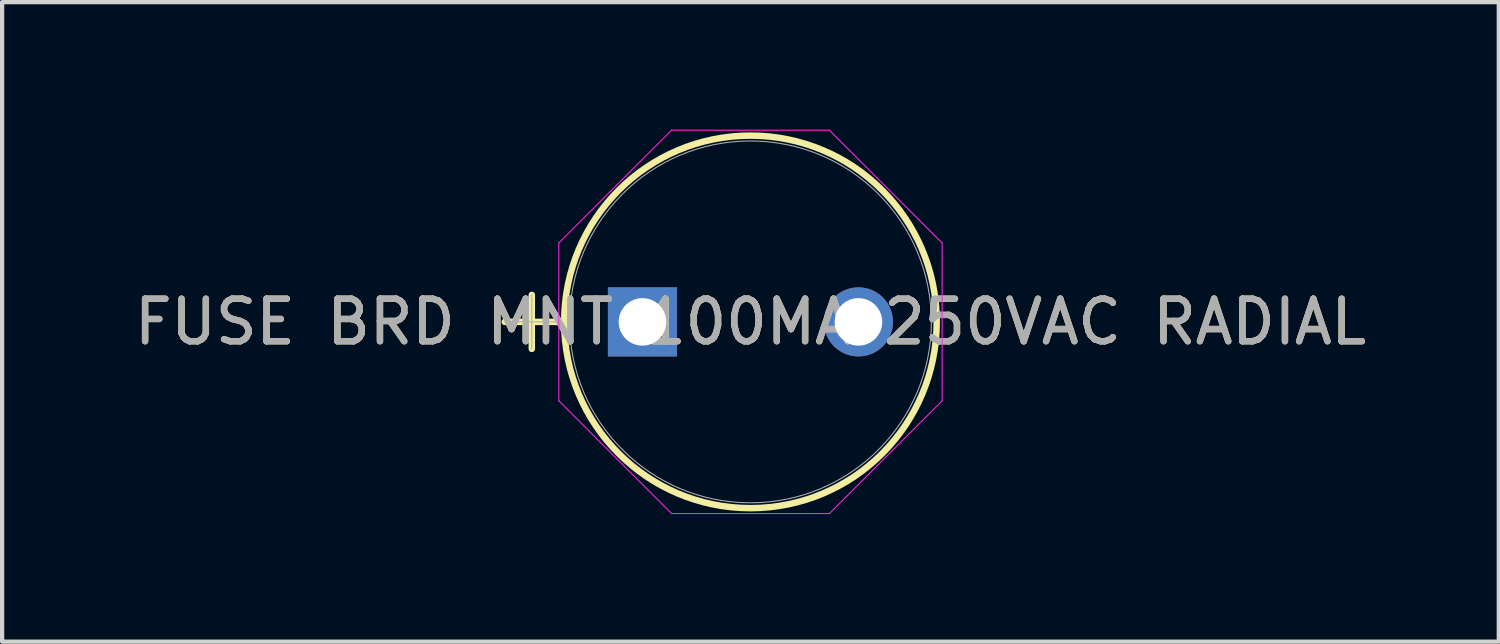
<source format=kicad_pcb>
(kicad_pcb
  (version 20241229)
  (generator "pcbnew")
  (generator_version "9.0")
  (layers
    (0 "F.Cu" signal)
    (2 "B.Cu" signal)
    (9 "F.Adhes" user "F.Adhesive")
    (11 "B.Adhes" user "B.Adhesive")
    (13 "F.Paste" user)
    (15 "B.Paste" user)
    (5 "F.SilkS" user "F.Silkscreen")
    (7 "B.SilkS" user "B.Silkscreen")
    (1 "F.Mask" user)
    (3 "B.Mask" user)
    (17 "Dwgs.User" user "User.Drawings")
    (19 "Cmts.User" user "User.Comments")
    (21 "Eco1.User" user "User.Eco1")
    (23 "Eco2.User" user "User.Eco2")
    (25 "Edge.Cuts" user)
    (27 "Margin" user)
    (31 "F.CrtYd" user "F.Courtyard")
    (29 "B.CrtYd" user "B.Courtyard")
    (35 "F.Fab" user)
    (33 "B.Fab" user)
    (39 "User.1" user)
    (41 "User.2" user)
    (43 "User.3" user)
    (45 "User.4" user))
  (footprint "FUSE BRD MNT 100MA 250VAC RADIAL"
    (layer "F.Cu")
    (at 12.061 4.521)
    (property "Reference" "FUSE BRD MNT 100MA 250VAC RADIAL" (at 2.54 0 0) (unlocked yes) (layer "F.SilkS") (effects (font (size 1 1) (thickness 0.15))))
    (attr through_hole)
    (fp_line (start -3.239 0) (end -1.968 0) (stroke (width 0.152) (type solid)) (layer "F.SilkS"))
    (fp_line (start -2.603 -0.635) (end -2.603 0.635) (stroke (width 0.152) (type solid)) (layer "F.SilkS"))
    (fp_circle (center 2.54 0) (end 6.921 0) (stroke (width 0.152) (type solid)) (fill no) (layer "F.SilkS"))
    (fp_line (start -1.968 -1.856) (end 0.684 -4.508) (stroke (width 0.025) (type solid)) (layer "F.CrtYd"))
    (fp_line (start -1.968 1.856) (end -1.968 -1.856) (stroke (width 0.025) (type solid)) (layer "F.CrtYd"))
    (fp_line (start 0.684 -4.508) (end 4.396 -4.508) (stroke (width 0.025) (type solid)) (layer "F.CrtYd"))
    (fp_line (start 0.684 4.508) (end -1.968 1.856) (stroke (width 0.025) (type solid)) (layer "F.CrtYd"))
    (fp_line (start 4.396 -4.508) (end 7.048 -1.856) (stroke (width 0.025) (type solid)) (layer "F.CrtYd"))
    (fp_line (start 4.396 4.508) (end 0.684 4.508) (stroke (width 0.025) (type solid)) (layer "F.CrtYd"))
    (fp_line (start 7.048 -1.856) (end 7.048 1.856) (stroke (width 0.025) (type solid)) (layer "F.CrtYd"))
    (fp_line (start 7.048 1.856) (end 4.396 4.508) (stroke (width 0.025) (type solid)) (layer "F.CrtYd"))
    (fp_line (start -3.239 0) (end -1.968 0) (stroke (width 0.025) (type solid)) (layer "F.Fab"))
    (fp_line (start -2.603 -0.635) (end -2.603 0.635) (stroke (width 0.025) (type solid)) (layer "F.Fab"))
    (fp_circle (center 2.54 0) (end 6.795 0) (stroke (width 0.025) (type solid)) (fill no) (layer "F.Fab"))
    (fp_text user "${REFERENCE}" (at 2.54 0 0) (unlocked yes) (layer "F.Fab") (effects (font (size 1 1) (thickness 0.15))))
    (pad "1" thru_hole rect (at 0 0) (size 1.626 1.626) (drill 1.118) (layers "*.Cu" "*.Mask"))
    (pad "2" thru_hole circle (at 5.08 0) (size 1.626 1.626) (drill 1.118) (layers "*.Cu" "*.Mask")))
  (gr_rect
    (start -3 -3)
    (end 32.202 12.042)
    (stroke (width 0.1) (type default))
    (fill no)
    (layer "Edge.Cuts")))
</source>
